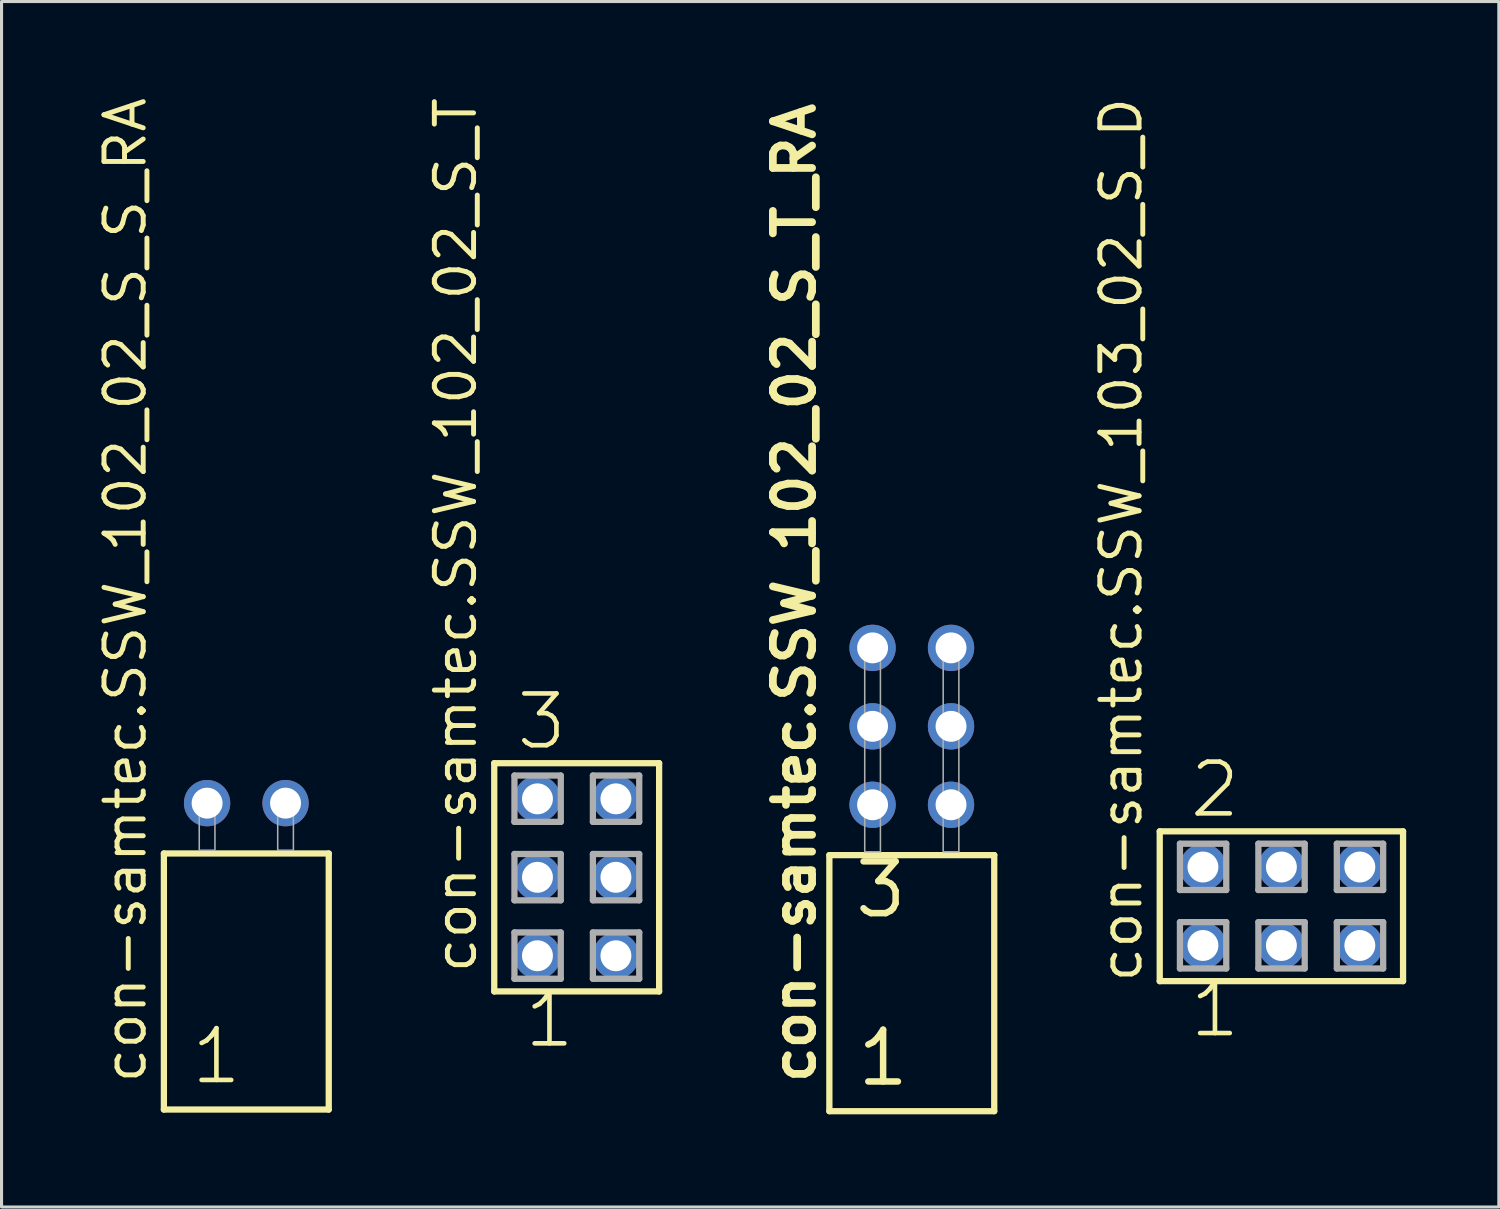
<source format=kicad_pcb>
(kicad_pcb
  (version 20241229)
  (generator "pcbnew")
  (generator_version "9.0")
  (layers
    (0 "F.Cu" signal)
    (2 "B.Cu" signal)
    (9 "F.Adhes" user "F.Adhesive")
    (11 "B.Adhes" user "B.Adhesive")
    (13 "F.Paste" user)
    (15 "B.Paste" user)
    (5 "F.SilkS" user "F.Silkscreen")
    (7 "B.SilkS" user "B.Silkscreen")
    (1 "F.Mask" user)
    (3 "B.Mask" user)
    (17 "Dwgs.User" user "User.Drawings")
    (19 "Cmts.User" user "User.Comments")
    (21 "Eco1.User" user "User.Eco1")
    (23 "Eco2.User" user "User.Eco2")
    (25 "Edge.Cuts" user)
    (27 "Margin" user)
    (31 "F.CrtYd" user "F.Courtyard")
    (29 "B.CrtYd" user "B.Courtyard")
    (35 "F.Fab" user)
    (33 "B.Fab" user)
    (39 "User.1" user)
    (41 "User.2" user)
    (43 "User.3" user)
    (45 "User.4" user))
  (footprint "con-samtec.SSW_103_02_S_D"
    (layer "F.Cu")
    (at 38.437 26.291)
    (property "Reference" "con-samtec.SSW_103_02_S_D" (at -4.445 2.54 90) (layer "F.SilkS") (effects (font (size 1.27 1.27) (thickness 0.16)) (justify left bottom)))
    (attr through_hole)
    (fp_line (start -3.939 -2.425) (end 3.939 -2.425) (stroke (width 0.203) (type default)) (layer "F.SilkS"))
    (fp_line (start -3.939 2.425) (end -3.939 -2.425) (stroke (width 0.203) (type default)) (layer "F.SilkS"))
    (fp_line (start 3.939 -2.425) (end 3.939 2.425) (stroke (width 0.203) (type default)) (layer "F.SilkS"))
    (fp_line (start 3.939 2.425) (end -3.939 2.425) (stroke (width 0.203) (type default)) (layer "F.SilkS"))
    (fp_line (start -3.285 -2.025) (end -1.785 -2.025) (stroke (width 0.203) (type default)) (layer "F.Fab"))
    (fp_line (start -3.285 -0.525) (end -3.285 -2.025) (stroke (width 0.203) (type default)) (layer "F.Fab"))
    (fp_line (start -3.285 0.515) (end -1.785 0.515) (stroke (width 0.203) (type default)) (layer "F.Fab"))
    (fp_line (start -3.285 2.015) (end -3.285 0.515) (stroke (width 0.203) (type default)) (layer "F.Fab"))
    (fp_line (start -1.785 -2.025) (end -1.785 -0.525) (stroke (width 0.203) (type default)) (layer "F.Fab"))
    (fp_line (start -1.785 -0.525) (end -3.285 -0.525) (stroke (width 0.203) (type default)) (layer "F.Fab"))
    (fp_line (start -1.785 0.515) (end -1.785 2.015) (stroke (width 0.203) (type default)) (layer "F.Fab"))
    (fp_line (start -1.785 2.015) (end -3.285 2.015) (stroke (width 0.203) (type default)) (layer "F.Fab"))
    (fp_line (start -0.745 -2.025) (end 0.755 -2.025) (stroke (width 0.203) (type default)) (layer "F.Fab"))
    (fp_line (start -0.745 -0.525) (end -0.745 -2.025) (stroke (width 0.203) (type default)) (layer "F.Fab"))
    (fp_line (start -0.745 0.515) (end 0.755 0.515) (stroke (width 0.203) (type default)) (layer "F.Fab"))
    (fp_line (start -0.745 2.015) (end -0.745 0.515) (stroke (width 0.203) (type default)) (layer "F.Fab"))
    (fp_line (start 0.755 -2.025) (end 0.755 -0.525) (stroke (width 0.203) (type default)) (layer "F.Fab"))
    (fp_line (start 0.755 -0.525) (end -0.745 -0.525) (stroke (width 0.203) (type default)) (layer "F.Fab"))
    (fp_line (start 0.755 0.515) (end 0.755 2.015) (stroke (width 0.203) (type default)) (layer "F.Fab"))
    (fp_line (start 0.755 2.015) (end -0.745 2.015) (stroke (width 0.203) (type default)) (layer "F.Fab"))
    (fp_line (start 1.795 -2.025) (end 3.295 -2.025) (stroke (width 0.203) (type default)) (layer "F.Fab"))
    (fp_line (start 1.795 -0.525) (end 1.795 -2.025) (stroke (width 0.203) (type default)) (layer "F.Fab"))
    (fp_line (start 1.795 0.515) (end 3.295 0.515) (stroke (width 0.203) (type default)) (layer "F.Fab"))
    (fp_line (start 1.795 2.015) (end 1.795 0.515) (stroke (width 0.203) (type default)) (layer "F.Fab"))
    (fp_line (start 3.295 -2.025) (end 3.295 -0.525) (stroke (width 0.203) (type default)) (layer "F.Fab"))
    (fp_line (start 3.295 -0.525) (end 1.795 -0.525) (stroke (width 0.203) (type default)) (layer "F.Fab"))
    (fp_line (start 3.295 0.515) (end 3.295 2.015) (stroke (width 0.203) (type default)) (layer "F.Fab"))
    (fp_line (start 3.295 2.015) (end 1.795 2.015) (stroke (width 0.203) (type default)) (layer "F.Fab"))
    (fp_text user "1" (at -3.048 4.318 0) (layer "F.SilkS") (effects (font (size 1.676 1.676) (thickness 0.15)) (justify left bottom)))
    (fp_text user "2" (at -3.048 -2.794 0) (layer "F.SilkS") (effects (font (size 1.676 1.676) (thickness 0.15)) (justify left bottom)))
    (pad "1" thru_hole circle (at -2.54 1.27) (size 1.5 1.5) (drill 1) (layers "*.Cu" "*.Mask"))
    (pad "2" thru_hole circle (at -2.54 -1.27) (size 1.5 1.5) (drill 1) (layers "*.Cu" "*.Mask"))
    (pad "3" thru_hole circle (at 0 1.27) (size 1.5 1.5) (drill 1) (layers "*.Cu" "*.Mask"))
    (pad "4" thru_hole circle (at 0 -1.27) (size 1.5 1.5) (drill 1) (layers "*.Cu" "*.Mask"))
    (pad "5" thru_hole circle (at 2.54 1.27) (size 1.5 1.5) (drill 1) (layers "*.Cu" "*.Mask"))
    (pad "6" thru_hole circle (at 2.54 -1.27) (size 1.5 1.5) (drill 1) (layers "*.Cu" "*.Mask")))
  (footprint "con-samtec.SSW_102_02_S_T_RA"
    (layer "F.Cu")
    (at 26.471 24.53)
    (property "Reference" "con-samtec.SSW_102_02_S_T_RA" (at -3.06 7.595 90) (layer "F.SilkS") (effects (font (size 1.27 1.27) (thickness 0.25)) (justify left bottom)))
    (attr through_hole)
    (fp_line (start -2.669 0.106) (end -2.669 8.396) (stroke (width 0.203) (type default)) (layer "F.SilkS"))
    (fp_line (start -2.669 8.396) (end 2.669 8.396) (stroke (width 0.203) (type default)) (layer "F.SilkS"))
    (fp_line (start 2.669 0.106) (end -2.669 0.106) (stroke (width 0.203) (type default)) (layer "F.SilkS"))
    (fp_line (start 2.669 8.396) (end 2.669 0.106) (stroke (width 0.203) (type default)) (layer "F.SilkS"))
    (fp_rect (start -1.524 0) (end -1.016 -6.858) (stroke (width 0.05) (type default)) (fill no) (layer "F.Fab"))
    (fp_rect (start 1.016 0) (end 1.524 -6.858) (stroke (width 0.05) (type default)) (fill no) (layer "F.Fab"))
    (fp_text user "3" (at -1.94 2.2 0) (layer "F.SilkS") (effects (font (size 1.676 1.676) (thickness 0.21)) (justify left bottom)))
    (fp_text user "1" (at -1.865 7.65 0) (layer "F.SilkS") (effects (font (size 1.676 1.676) (thickness 0.21)) (justify left bottom)))
    (pad "1" thru_hole circle (at -1.27 -1.524) (size 1.5 1.5) (drill 1) (layers "*.Cu" "*.Mask"))
    (pad "2" thru_hole circle (at -1.27 -4.064) (size 1.5 1.5) (drill 1) (layers "*.Cu" "*.Mask"))
    (pad "3" thru_hole circle (at -1.27 -6.604) (size 1.5 1.5) (drill 1) (layers "*.Cu" "*.Mask"))
    (pad "4" thru_hole circle (at 1.27 -1.524) (size 1.5 1.5) (drill 1) (layers "*.Cu" "*.Mask"))
    (pad "5" thru_hole circle (at 1.27 -4.064) (size 1.5 1.5) (drill 1) (layers "*.Cu" "*.Mask"))
    (pad "6" thru_hole circle (at 1.27 -6.604) (size 1.5 1.5) (drill 1) (layers "*.Cu" "*.Mask")))
  (footprint "con-samtec.SSW_102_02_S_S_RA"
    (layer "F.Cu")
    (at 4.925 24.477)
    (property "Reference" "con-samtec.SSW_102_02_S_S_RA" (at -3.175 7.62 90) (layer "F.SilkS") (effects (font (size 1.27 1.27) (thickness 0.16)) (justify left bottom)))
    (attr through_hole)
    (fp_line (start -2.669 0.106) (end -2.669 8.396) (stroke (width 0.203) (type default)) (layer "F.SilkS"))
    (fp_line (start -2.669 8.396) (end 2.669 8.396) (stroke (width 0.203) (type default)) (layer "F.SilkS"))
    (fp_line (start 2.669 0.106) (end -2.669 0.106) (stroke (width 0.203) (type default)) (layer "F.SilkS"))
    (fp_line (start 2.669 8.396) (end 2.669 0.106) (stroke (width 0.203) (type default)) (layer "F.SilkS"))
    (fp_rect (start -1.524 0) (end -1.016 -1.778) (stroke (width 0.05) (type default)) (fill no) (layer "F.Fab"))
    (fp_rect (start 1.016 0) (end 1.524 -1.778) (stroke (width 0.05) (type default)) (fill no) (layer "F.Fab"))
    (fp_text user "1" (at -1.865 7.65 0) (layer "F.SilkS") (effects (font (size 1.676 1.676) (thickness 0.15)) (justify left bottom)))
    (pad "1" thru_hole circle (at -1.27 -1.524) (size 1.5 1.5) (drill 1) (layers "*.Cu" "*.Mask"))
    (pad "2" thru_hole circle (at 1.27 -1.524) (size 1.5 1.5) (drill 1) (layers "*.Cu" "*.Mask")))
  (footprint "con-samtec.SSW_102_02_S_T"
    (layer "F.Cu")
    (at 15.621 25.354)
    (property "Reference" "con-samtec.SSW_102_02_S_T" (at -3.175 3.175 90) (layer "F.SilkS") (effects (font (size 1.27 1.27) (thickness 0.16)) (justify left bottom)))
    (attr through_hole)
    (fp_line (start -2.669 -3.695) (end 2.669 -3.695) (stroke (width 0.203) (type default)) (layer "F.SilkS"))
    (fp_line (start -2.669 3.695) (end -2.669 -3.695) (stroke (width 0.203) (type default)) (layer "F.SilkS"))
    (fp_line (start 2.669 -3.695) (end 2.669 3.695) (stroke (width 0.203) (type default)) (layer "F.SilkS"))
    (fp_line (start 2.669 3.695) (end -2.669 3.695) (stroke (width 0.203) (type default)) (layer "F.SilkS"))
    (fp_line (start -2.015 -3.295) (end -0.515 -3.295) (stroke (width 0.203) (type default)) (layer "F.Fab"))
    (fp_line (start -2.015 -1.795) (end -2.015 -3.295) (stroke (width 0.203) (type default)) (layer "F.Fab"))
    (fp_line (start -2.015 -0.755) (end -0.515 -0.755) (stroke (width 0.203) (type default)) (layer "F.Fab"))
    (fp_line (start -2.015 0.745) (end -2.015 -0.755) (stroke (width 0.203) (type default)) (layer "F.Fab"))
    (fp_line (start -2.015 1.785) (end -0.515 1.785) (stroke (width 0.203) (type default)) (layer "F.Fab"))
    (fp_line (start -2.015 3.285) (end -2.015 1.785) (stroke (width 0.203) (type default)) (layer "F.Fab"))
    (fp_line (start -0.515 -3.295) (end -0.515 -1.795) (stroke (width 0.203) (type default)) (layer "F.Fab"))
    (fp_line (start -0.515 -1.795) (end -2.015 -1.795) (stroke (width 0.203) (type default)) (layer "F.Fab"))
    (fp_line (start -0.515 -0.755) (end -0.515 0.745) (stroke (width 0.203) (type default)) (layer "F.Fab"))
    (fp_line (start -0.515 0.745) (end -2.015 0.745) (stroke (width 0.203) (type default)) (layer "F.Fab"))
    (fp_line (start -0.515 1.785) (end -0.515 3.285) (stroke (width 0.203) (type default)) (layer "F.Fab"))
    (fp_line (start -0.515 3.285) (end -2.015 3.285) (stroke (width 0.203) (type default)) (layer "F.Fab"))
    (fp_line (start 0.525 -3.295) (end 2.025 -3.295) (stroke (width 0.203) (type default)) (layer "F.Fab"))
    (fp_line (start 0.525 -1.795) (end 0.525 -3.295) (stroke (width 0.203) (type default)) (layer "F.Fab"))
    (fp_line (start 0.525 -0.755) (end 2.025 -0.755) (stroke (width 0.203) (type default)) (layer "F.Fab"))
    (fp_line (start 0.525 0.745) (end 0.525 -0.755) (stroke (width 0.203) (type default)) (layer "F.Fab"))
    (fp_line (start 0.525 1.785) (end 2.025 1.785) (stroke (width 0.203) (type default)) (layer "F.Fab"))
    (fp_line (start 0.525 3.285) (end 0.525 1.785) (stroke (width 0.203) (type default)) (layer "F.Fab"))
    (fp_line (start 2.025 -3.295) (end 2.025 -1.795) (stroke (width 0.203) (type default)) (layer "F.Fab"))
    (fp_line (start 2.025 -1.795) (end 0.525 -1.795) (stroke (width 0.203) (type default)) (layer "F.Fab"))
    (fp_line (start 2.025 -0.755) (end 2.025 0.745) (stroke (width 0.203) (type default)) (layer "F.Fab"))
    (fp_line (start 2.025 0.745) (end 0.525 0.745) (stroke (width 0.203) (type default)) (layer "F.Fab"))
    (fp_line (start 2.025 1.785) (end 2.025 3.285) (stroke (width 0.203) (type default)) (layer "F.Fab"))
    (fp_line (start 2.025 3.285) (end 0.525 3.285) (stroke (width 0.203) (type default)) (layer "F.Fab"))
    (fp_text user "1" (at -1.778 5.588 0) (layer "F.SilkS") (effects (font (size 1.676 1.676) (thickness 0.15)) (justify left bottom)))
    (fp_text user "3" (at -2.032 -4.064 0) (layer "F.SilkS") (effects (font (size 1.676 1.676) (thickness 0.15)) (justify left bottom)))
    (pad "1" thru_hole circle (at -1.27 2.54) (size 1.5 1.5) (drill 1) (layers "*.Cu" "*.Mask"))
    (pad "2" thru_hole circle (at -1.27 0) (size 1.5 1.5) (drill 1) (layers "*.Cu" "*.Mask"))
    (pad "3" thru_hole circle (at -1.27 -2.54) (size 1.5 1.5) (drill 1) (layers "*.Cu" "*.Mask"))
    (pad "4" thru_hole circle (at 1.27 2.54) (size 1.5 1.5) (drill 1) (layers "*.Cu" "*.Mask"))
    (pad "5" thru_hole circle (at 1.27 0) (size 1.5 1.5) (drill 1) (layers "*.Cu" "*.Mask"))
    (pad "6" thru_hole circle (at 1.27 -2.54) (size 1.5 1.5) (drill 1) (layers "*.Cu" "*.Mask")))
  (gr_rect
    (start -3 -3)
    (end 45.477 36.028)
    (stroke (width 0.1) (type default))
    (fill no)
    (layer "Edge.Cuts")))
</source>
